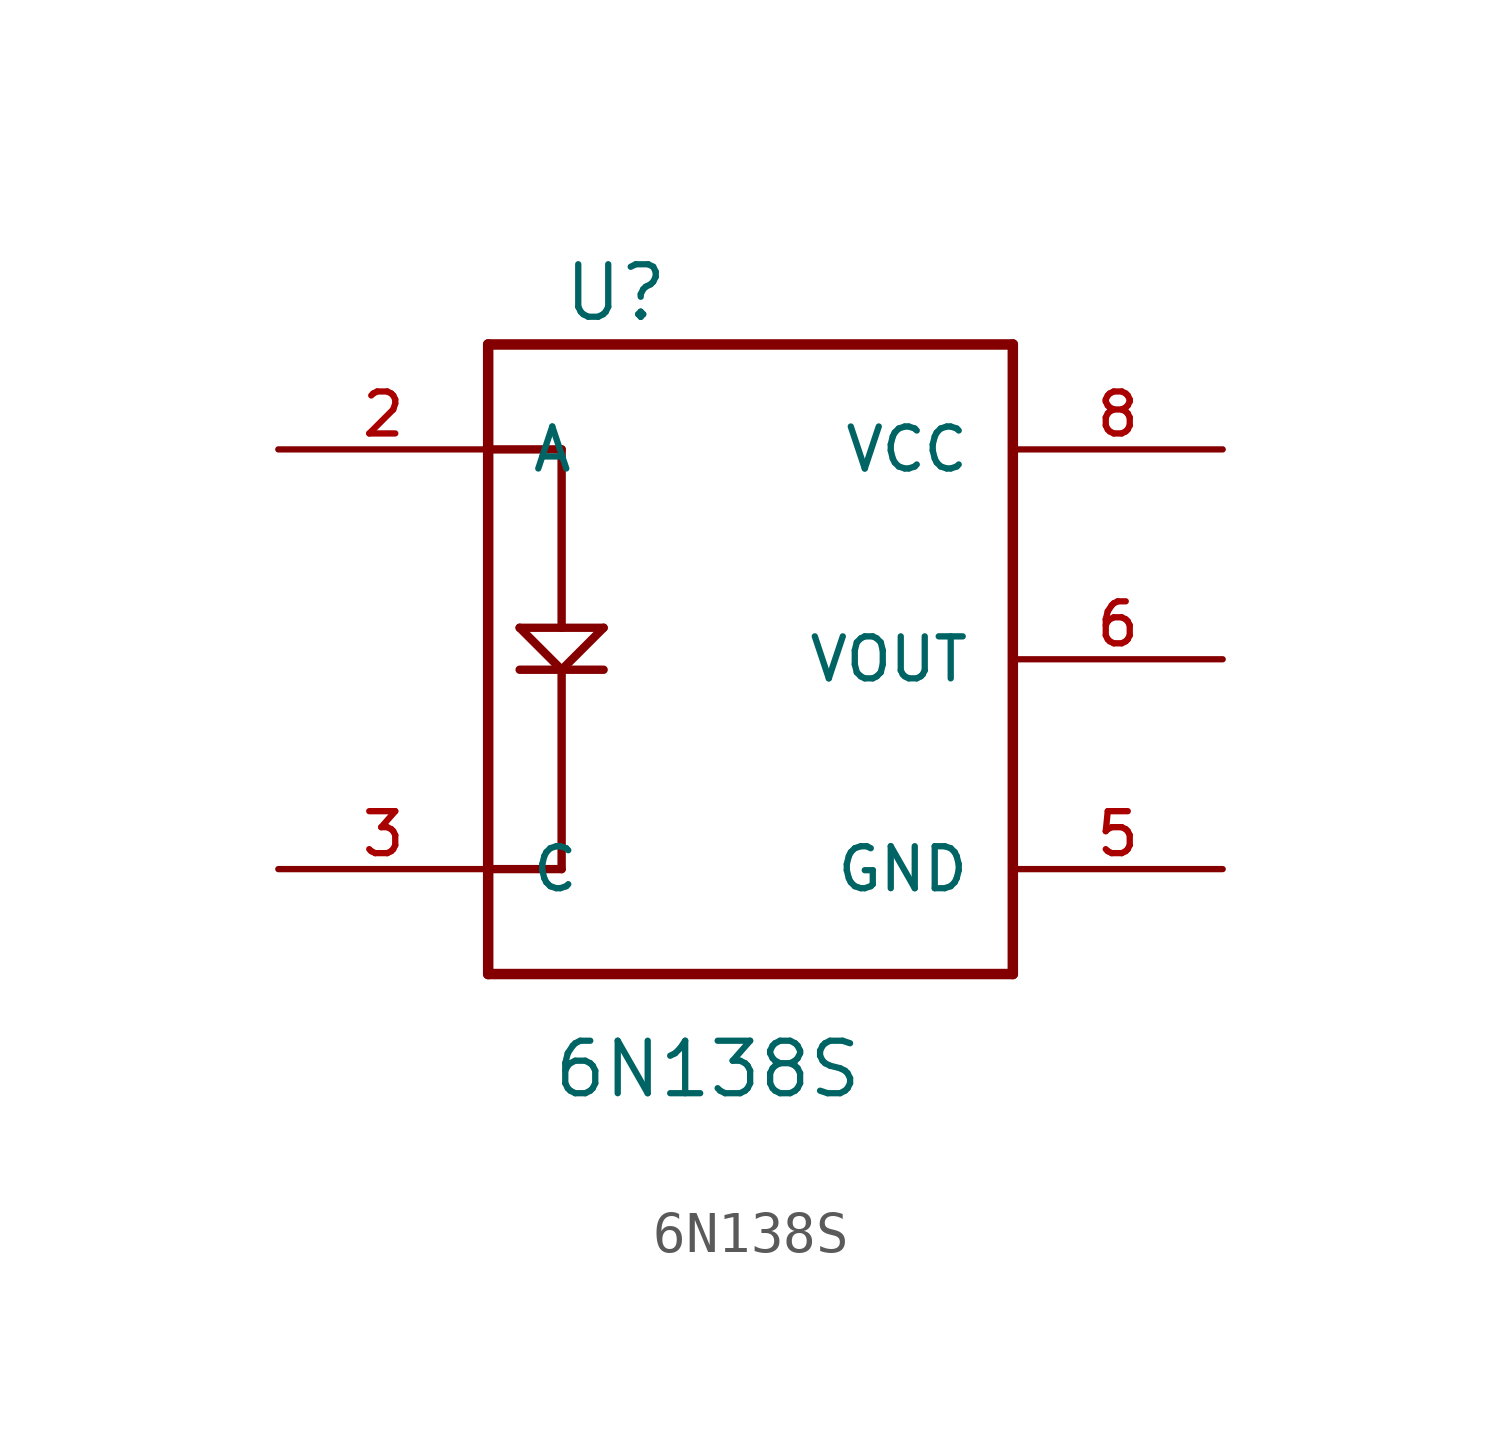
<source format=kicad_sym>
(kicad_symbol_lib
  (version 20211014)
  (generator kicad_symbol_editor)
  (symbol "6N138S"
    (pin_names
      (offset 1.016))
    (property "Reference" "U"
      (at -3.302 5.588 0)
      (effects (font (size 1.27 1.27)) (justify left bottom)))
    (property "Value" "6N138S"
      (at -3.556 -13.208 0)
      (effects (font (size 1.27 1.27)) (justify left bottom)))
    (property "ki_locked" ""
      (at 0 0 0)
      (effects (font (size 1.27 1.27))))
    (symbol "6N138S_0_0"
      (polyline (pts (xy -5.08 -10.16) (xy 7.62 -10.16)) (stroke (width 0.254) (type default) (color 0 0 0 0)) (fill (type none)))
      (polyline (pts (xy -5.08 -7.62) (xy -5.08 -10.16)) (stroke (width 0.254) (type default) (color 0 0 0 0)) (fill (type none)))
      (polyline (pts (xy -5.08 2.54) (xy -5.08 -7.62)) (stroke (width 0.254) (type default) (color 0 0 0 0)) (fill (type none)))
      (polyline (pts (xy -5.08 2.54) (xy -3.302 2.54)) (stroke (width 0.203) (type default) (color 0 0 0 0)) (fill (type none)))
      (polyline (pts (xy -5.08 5.08) (xy -5.08 2.54)) (stroke (width 0.254) (type default) (color 0 0 0 0)) (fill (type none)))
      (polyline (pts (xy -4.318 -2.794) (xy -3.302 -2.794)) (stroke (width 0.203) (type default) (color 0 0 0 0)) (fill (type none)))
      (polyline (pts (xy -4.318 -1.778) (xy -3.302 -2.794)) (stroke (width 0.203) (type default) (color 0 0 0 0)) (fill (type none)))
      (polyline (pts (xy -3.302 -7.62) (xy -5.08 -7.62)) (stroke (width 0.203) (type default) (color 0 0 0 0)) (fill (type none)))
      (polyline (pts (xy -3.302 -2.794) (xy -3.302 -7.62)) (stroke (width 0.203) (type default) (color 0 0 0 0)) (fill (type none)))
      (polyline (pts (xy -3.302 -2.794) (xy -2.286 -2.794)) (stroke (width 0.203) (type default) (color 0 0 0 0)) (fill (type none)))
      (polyline (pts (xy -3.302 -2.794) (xy -2.286 -1.778)) (stroke (width 0.203) (type default) (color 0 0 0 0)) (fill (type none)))
      (polyline (pts (xy -3.302 -1.778) (xy -4.318 -1.778)) (stroke (width 0.203) (type default) (color 0 0 0 0)) (fill (type none)))
      (polyline (pts (xy -3.302 -1.778) (xy -2.286 -1.778)) (stroke (width 0.203) (type default) (color 0 0 0 0)) (fill (type none)))
      (polyline (pts (xy -3.302 2.54) (xy -3.302 -1.778)) (stroke (width 0.203) (type default) (color 0 0 0 0)) (fill (type none)))
      (polyline (pts (xy 7.62 -10.16) (xy 7.62 5.08)) (stroke (width 0.254) (type default) (color 0 0 0 0)) (fill (type none)))
      (polyline (pts (xy 7.62 5.08) (xy -5.08 5.08)) (stroke (width 0.254) (type default) (color 0 0 0 0)) (fill (type none)))
      (pin bidirectional line (at -10.16 2.54 0) (length 5.08) (name "A" (effects (font (size 1.016 1.016)))) (number "2" (effects (font (size 1.016 1.016)))))
      (pin bidirectional line (at -10.16 -7.62 0) (length 5.08) (name "C" (effects (font (size 1.016 1.016)))) (number "3" (effects (font (size 1.016 1.016)))))
      (pin bidirectional line (at 12.7 -7.62 180) (length 5.08) (name "GND" (effects (font (size 1.016 1.016)))) (number "5" (effects (font (size 1.016 1.016)))))
      (pin bidirectional line (at 12.7 -2.54 180) (length 5.08) (name "VOUT" (effects (font (size 1.016 1.016)))) (number "6" (effects (font (size 1.016 1.016)))))
      (pin bidirectional line (at 12.7 2.54 180) (length 5.08) (name "VCC" (effects (font (size 1.016 1.016)))) (number "8" (effects (font (size 1.016 1.016))))))))
</source>
